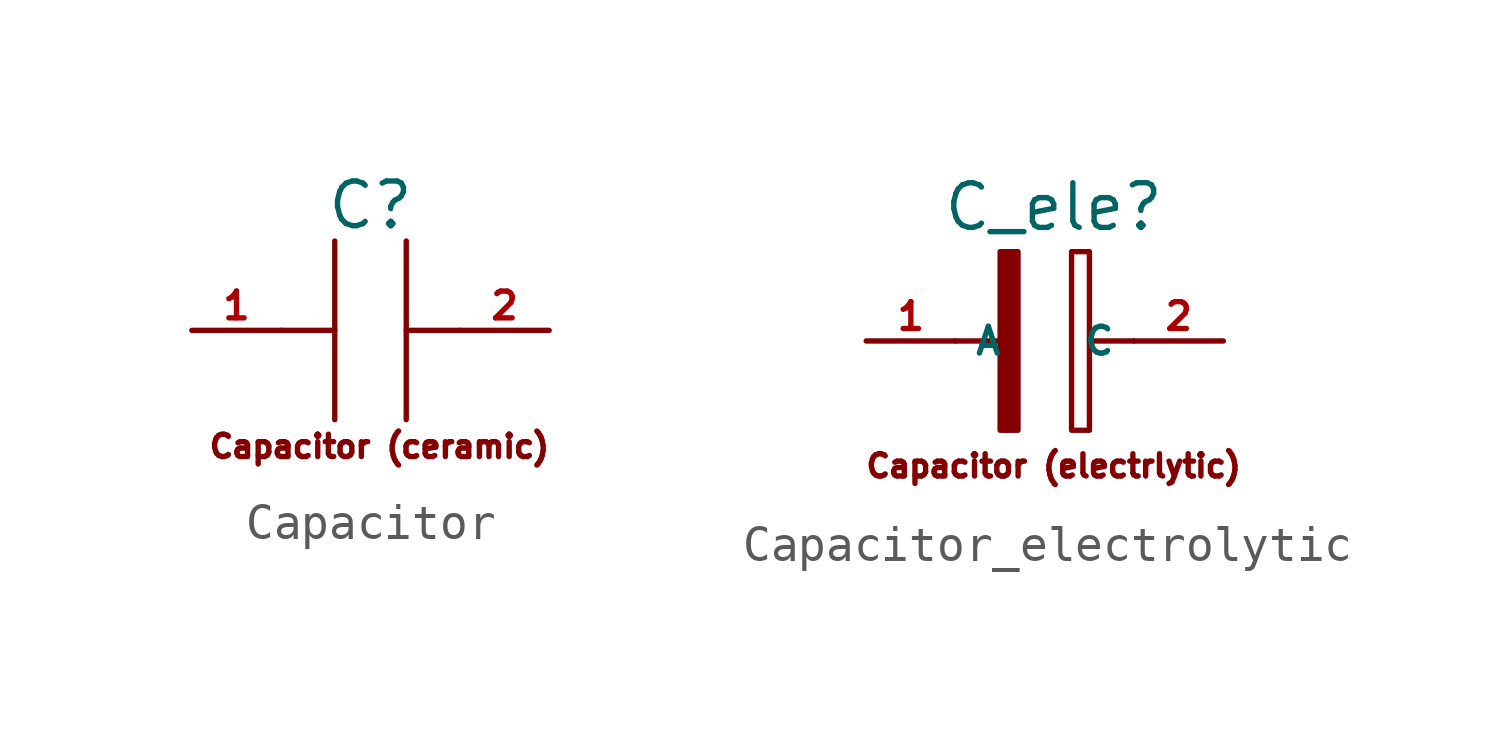
<source format=kicad_sym>
(kicad_symbol_lib
  (version 20231120)
  (generator "kicad_symbol_editor")
  (generator_version "8.0")
  (symbol "Capacitor"
    (property "Reference" "C"
      (at 0 3.556 0)
      (effects (font (size 1.27 1.27))))
    (property "Value" ""
      (at 0 0 0)
      (effects (font (size 1.27 1.27))))
    (symbol "Capacitor_0_1"
      (polyline (pts (xy -1.016 0) (xy -2.54 0)) (stroke (width 0) (type default)) (fill (type none)))
      (polyline (pts (xy -1.016 2.54) (xy -1.016 -2.54)) (stroke (width 0) (type default)) (fill (type none)))
      (polyline (pts (xy 1.016 0) (xy 2.54 0)) (stroke (width 0) (type default)) (fill (type none)))
      (polyline (pts (xy 1.016 2.54) (xy 1.016 -2.54)) (stroke (width 0) (type default)) (fill (type none))))
    (symbol "Capacitor_1_1"
      (text "Capacitor (ceramic)" (at 0.254 -3.302 0) (effects (font (size 0.635 0.635))))
      (pin passive line (at -5.08 0 0) (length 2.54) (name "" (effects (font (size 0.762 0.762)))) (number "1" (effects (font (size 0.762 0.762)))))
      (pin passive line (at 5.08 0 180) (length 2.54) (name "" (effects (font (size 0.762 0.762)))) (number "2" (effects (font (size 0.762 0.762)))))))
  (symbol "Capacitor_electrolytic"
    (property "Reference" "C_ele"
      (at 0.254 3.81 0)
      (effects (font (size 1.27 1.27))))
    (property "Value" ""
      (at 0 0 0)
      (effects (font (size 1.27 1.27))))
    (symbol "Capacitor_electrolytic_1_1"
      (polyline (pts (xy -1.27 0) (xy -2.54 0)) (stroke (width 0) (type default)) (fill (type none)))
      (polyline (pts (xy 1.27 0) (xy 2.54 0)) (stroke (width 0) (type default)) (fill (type none)))
      (polyline (pts (xy -0.762 2.54) (xy -0.762 -2.54) (xy -1.27 -2.54) (xy -1.27 2.54) (xy -0.762 2.54)) (stroke (width 0) (type default)) (fill (type outline)))
      (polyline (pts (xy 0.762 2.54) (xy 0.762 -2.54) (xy 1.27 -2.54) (xy 1.27 2.54) (xy 0.762 2.54)) (stroke (width 0) (type default)) (fill (type none)))
      (text "Capacitor (electrlytic)" (at 0.254 -3.556 0) (effects (font (size 0.635 0.635))))
      (pin passive line (at -5.08 0 0) (length 2.54) (name "A" (effects (font (size 0.762 0.762)))) (number "1" (effects (font (size 0.762 0.762)))))
      (pin passive line (at 5.08 0 180) (length 2.54) (name "C" (effects (font (size 0.762 0.762)))) (number "2" (effects (font (size 0.762 0.762))))))))
</source>
